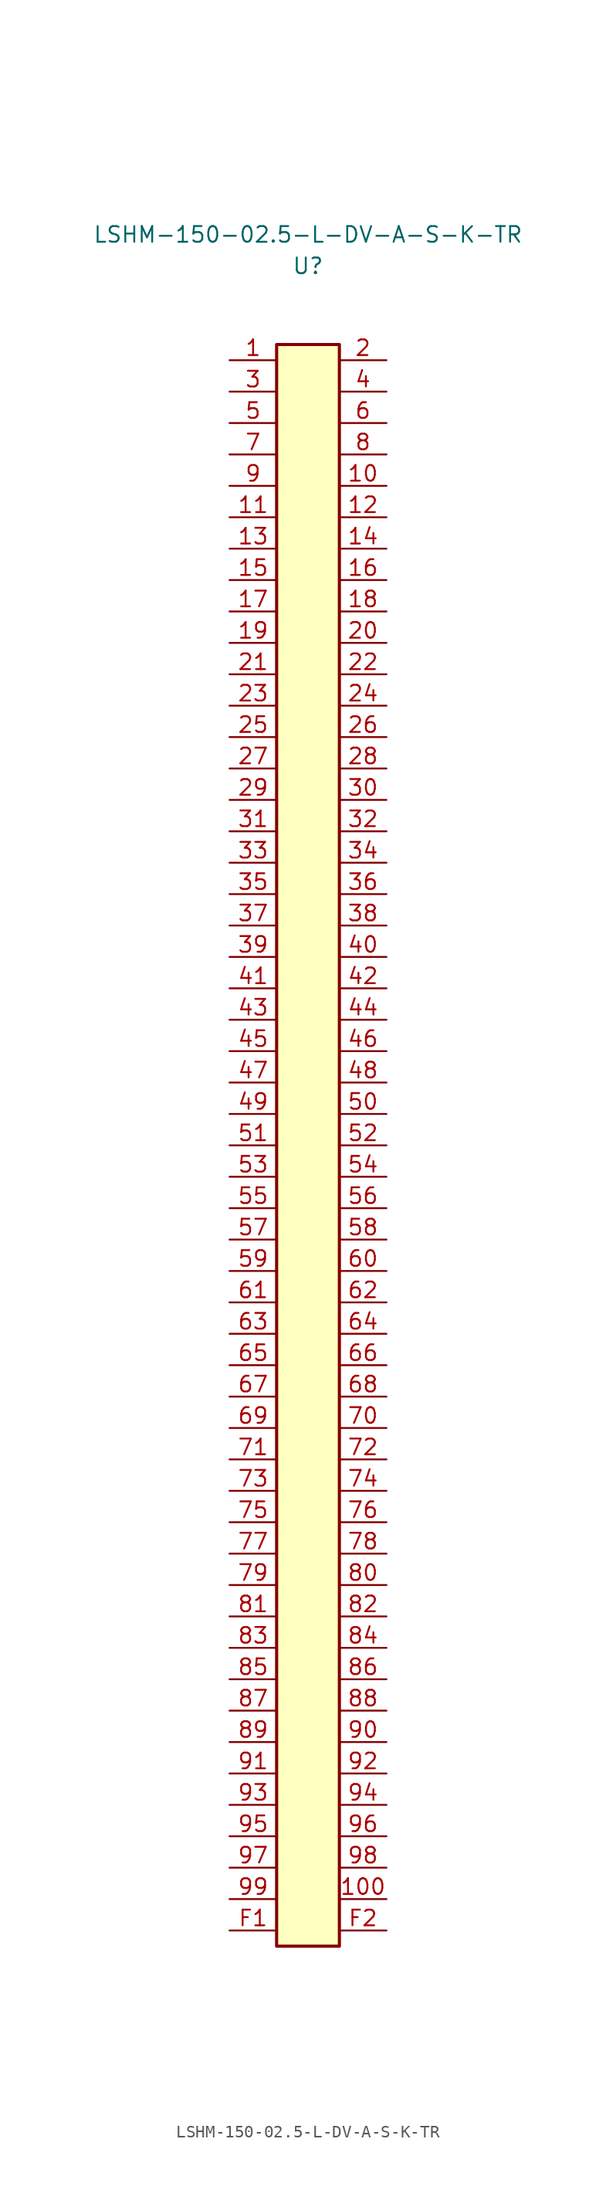
<source format=kicad_sym>
(kicad_symbol_lib
  (version 20220914)
  (generator kicad_symbol_editor)
  (symbol "LSHM-150-02.5-L-DV-A-S-K-TR"
    (pin_names
      (offset 1.016) hide)
    (property "Reference" "U"
      (at 0 50.8 0)
      (effects (font (size 1.27 1.27))))
    (property "Value" "LSHM-150-02.5-L-DV-A-S-K-TR"
      (at 0 53.34 0)
      (effects (font (size 1.27 1.27))))
    (symbol "LSHM-150-02.5-L-DV-A-S-K-TR_1_1"
      (rectangle (start -2.54 44.45) (end 2.54 -85.09) (stroke (width 0.254) (type solid)) (fill (type background)))
      (pin passive line (at -6.35 43.18 0) (length 3.81) (name "Pin_1" (effects (font (size 1.27 1.27)))) (number "1" (effects (font (size 1.27 1.27)))))
      (pin passive line (at 6.35 33.02 180) (length 3.81) (name "Pin_10" (effects (font (size 1.27 1.27)))) (number "10" (effects (font (size 1.27 1.27)))))
      (pin passive line (at 6.35 -81.28 180) (length 3.81) (name "Pin_100" (effects (font (size 1.27 1.27)))) (number "100" (effects (font (size 1.27 1.27)))))
      (pin passive line (at -6.35 30.48 0) (length 3.81) (name "Pin_11" (effects (font (size 1.27 1.27)))) (number "11" (effects (font (size 1.27 1.27)))))
      (pin passive line (at 6.35 30.48 180) (length 3.81) (name "Pin_12" (effects (font (size 1.27 1.27)))) (number "12" (effects (font (size 1.27 1.27)))))
      (pin passive line (at -6.35 27.94 0) (length 3.81) (name "Pin_13" (effects (font (size 1.27 1.27)))) (number "13" (effects (font (size 1.27 1.27)))))
      (pin passive line (at 6.35 27.94 180) (length 3.81) (name "Pin_14" (effects (font (size 1.27 1.27)))) (number "14" (effects (font (size 1.27 1.27)))))
      (pin passive line (at -6.35 25.4 0) (length 3.81) (name "Pin_15" (effects (font (size 1.27 1.27)))) (number "15" (effects (font (size 1.27 1.27)))))
      (pin passive line (at 6.35 25.4 180) (length 3.81) (name "Pin_16" (effects (font (size 1.27 1.27)))) (number "16" (effects (font (size 1.27 1.27)))))
      (pin passive line (at -6.35 22.86 0) (length 3.81) (name "Pin_17" (effects (font (size 1.27 1.27)))) (number "17" (effects (font (size 1.27 1.27)))))
      (pin passive line (at 6.35 22.86 180) (length 3.81) (name "Pin_18" (effects (font (size 1.27 1.27)))) (number "18" (effects (font (size 1.27 1.27)))))
      (pin passive line (at -6.35 20.32 0) (length 3.81) (name "Pin_19" (effects (font (size 1.27 1.27)))) (number "19" (effects (font (size 1.27 1.27)))))
      (pin passive line (at 6.35 43.18 180) (length 3.81) (name "Pin_2" (effects (font (size 1.27 1.27)))) (number "2" (effects (font (size 1.27 1.27)))))
      (pin passive line (at 6.35 20.32 180) (length 3.81) (name "Pin_20" (effects (font (size 1.27 1.27)))) (number "20" (effects (font (size 1.27 1.27)))))
      (pin passive line (at -6.35 17.78 0) (length 3.81) (name "Pin_21" (effects (font (size 1.27 1.27)))) (number "21" (effects (font (size 1.27 1.27)))))
      (pin passive line (at 6.35 17.78 180) (length 3.81) (name "Pin_22" (effects (font (size 1.27 1.27)))) (number "22" (effects (font (size 1.27 1.27)))))
      (pin passive line (at -6.35 15.24 0) (length 3.81) (name "Pin_23" (effects (font (size 1.27 1.27)))) (number "23" (effects (font (size 1.27 1.27)))))
      (pin passive line (at 6.35 15.24 180) (length 3.81) (name "Pin_24" (effects (font (size 1.27 1.27)))) (number "24" (effects (font (size 1.27 1.27)))))
      (pin passive line (at -6.35 12.7 0) (length 3.81) (name "Pin_25" (effects (font (size 1.27 1.27)))) (number "25" (effects (font (size 1.27 1.27)))))
      (pin passive line (at 6.35 12.7 180) (length 3.81) (name "Pin_26" (effects (font (size 1.27 1.27)))) (number "26" (effects (font (size 1.27 1.27)))))
      (pin passive line (at -6.35 10.16 0) (length 3.81) (name "Pin_27" (effects (font (size 1.27 1.27)))) (number "27" (effects (font (size 1.27 1.27)))))
      (pin passive line (at 6.35 10.16 180) (length 3.81) (name "Pin_28" (effects (font (size 1.27 1.27)))) (number "28" (effects (font (size 1.27 1.27)))))
      (pin passive line (at -6.35 7.62 0) (length 3.81) (name "Pin_29" (effects (font (size 1.27 1.27)))) (number "29" (effects (font (size 1.27 1.27)))))
      (pin passive line (at -6.35 40.64 0) (length 3.81) (name "Pin_3" (effects (font (size 1.27 1.27)))) (number "3" (effects (font (size 1.27 1.27)))))
      (pin passive line (at 6.35 7.62 180) (length 3.81) (name "Pin_30" (effects (font (size 1.27 1.27)))) (number "30" (effects (font (size 1.27 1.27)))))
      (pin passive line (at -6.35 5.08 0) (length 3.81) (name "Pin_31" (effects (font (size 1.27 1.27)))) (number "31" (effects (font (size 1.27 1.27)))))
      (pin passive line (at 6.35 5.08 180) (length 3.81) (name "Pin_32" (effects (font (size 1.27 1.27)))) (number "32" (effects (font (size 1.27 1.27)))))
      (pin passive line (at -6.35 2.54 0) (length 3.81) (name "Pin_33" (effects (font (size 1.27 1.27)))) (number "33" (effects (font (size 1.27 1.27)))))
      (pin passive line (at 6.35 2.54 180) (length 3.81) (name "Pin_34" (effects (font (size 1.27 1.27)))) (number "34" (effects (font (size 1.27 1.27)))))
      (pin passive line (at -6.35 0 0) (length 3.81) (name "Pin_35" (effects (font (size 1.27 1.27)))) (number "35" (effects (font (size 1.27 1.27)))))
      (pin passive line (at 6.35 0 180) (length 3.81) (name "Pin_36" (effects (font (size 1.27 1.27)))) (number "36" (effects (font (size 1.27 1.27)))))
      (pin passive line (at -6.35 -2.54 0) (length 3.81) (name "Pin_37" (effects (font (size 1.27 1.27)))) (number "37" (effects (font (size 1.27 1.27)))))
      (pin passive line (at 6.35 -2.54 180) (length 3.81) (name "Pin_38" (effects (font (size 1.27 1.27)))) (number "38" (effects (font (size 1.27 1.27)))))
      (pin passive line (at -6.35 -5.08 0) (length 3.81) (name "Pin_39" (effects (font (size 1.27 1.27)))) (number "39" (effects (font (size 1.27 1.27)))))
      (pin passive line (at 6.35 40.64 180) (length 3.81) (name "Pin_4" (effects (font (size 1.27 1.27)))) (number "4" (effects (font (size 1.27 1.27)))))
      (pin passive line (at 6.35 -5.08 180) (length 3.81) (name "Pin_40" (effects (font (size 1.27 1.27)))) (number "40" (effects (font (size 1.27 1.27)))))
      (pin passive line (at -6.35 -7.62 0) (length 3.81) (name "Pin_41" (effects (font (size 1.27 1.27)))) (number "41" (effects (font (size 1.27 1.27)))))
      (pin passive line (at 6.35 -7.62 180) (length 3.81) (name "Pin_42" (effects (font (size 1.27 1.27)))) (number "42" (effects (font (size 1.27 1.27)))))
      (pin passive line (at -6.35 -10.16 0) (length 3.81) (name "Pin_43" (effects (font (size 1.27 1.27)))) (number "43" (effects (font (size 1.27 1.27)))))
      (pin passive line (at 6.35 -10.16 180) (length 3.81) (name "Pin_44" (effects (font (size 1.27 1.27)))) (number "44" (effects (font (size 1.27 1.27)))))
      (pin passive line (at -6.35 -12.7 0) (length 3.81) (name "Pin_45" (effects (font (size 1.27 1.27)))) (number "45" (effects (font (size 1.27 1.27)))))
      (pin passive line (at 6.35 -12.7 180) (length 3.81) (name "Pin_46" (effects (font (size 1.27 1.27)))) (number "46" (effects (font (size 1.27 1.27)))))
      (pin passive line (at -6.35 -15.24 0) (length 3.81) (name "Pin_47" (effects (font (size 1.27 1.27)))) (number "47" (effects (font (size 1.27 1.27)))))
      (pin passive line (at 6.35 -15.24 180) (length 3.81) (name "Pin_48" (effects (font (size 1.27 1.27)))) (number "48" (effects (font (size 1.27 1.27)))))
      (pin passive line (at -6.35 -17.78 0) (length 3.81) (name "Pin_49" (effects (font (size 1.27 1.27)))) (number "49" (effects (font (size 1.27 1.27)))))
      (pin passive line (at -6.35 38.1 0) (length 3.81) (name "Pin_5" (effects (font (size 1.27 1.27)))) (number "5" (effects (font (size 1.27 1.27)))))
      (pin passive line (at 6.35 -17.78 180) (length 3.81) (name "Pin_50" (effects (font (size 1.27 1.27)))) (number "50" (effects (font (size 1.27 1.27)))))
      (pin passive line (at -6.35 -20.32 0) (length 3.81) (name "Pin_51" (effects (font (size 1.27 1.27)))) (number "51" (effects (font (size 1.27 1.27)))))
      (pin passive line (at 6.35 -20.32 180) (length 3.81) (name "Pin_52" (effects (font (size 1.27 1.27)))) (number "52" (effects (font (size 1.27 1.27)))))
      (pin passive line (at -6.35 -22.86 0) (length 3.81) (name "Pin_53" (effects (font (size 1.27 1.27)))) (number "53" (effects (font (size 1.27 1.27)))))
      (pin passive line (at 6.35 -22.86 180) (length 3.81) (name "Pin_54" (effects (font (size 1.27 1.27)))) (number "54" (effects (font (size 1.27 1.27)))))
      (pin passive line (at -6.35 -25.4 0) (length 3.81) (name "Pin_55" (effects (font (size 1.27 1.27)))) (number "55" (effects (font (size 1.27 1.27)))))
      (pin passive line (at 6.35 -25.4 180) (length 3.81) (name "Pin_56" (effects (font (size 1.27 1.27)))) (number "56" (effects (font (size 1.27 1.27)))))
      (pin passive line (at -6.35 -27.94 0) (length 3.81) (name "Pin_57" (effects (font (size 1.27 1.27)))) (number "57" (effects (font (size 1.27 1.27)))))
      (pin passive line (at 6.35 -27.94 180) (length 3.81) (name "Pin_58" (effects (font (size 1.27 1.27)))) (number "58" (effects (font (size 1.27 1.27)))))
      (pin passive line (at -6.35 -30.48 0) (length 3.81) (name "Pin_59" (effects (font (size 1.27 1.27)))) (number "59" (effects (font (size 1.27 1.27)))))
      (pin passive line (at 6.35 38.1 180) (length 3.81) (name "Pin_6" (effects (font (size 1.27 1.27)))) (number "6" (effects (font (size 1.27 1.27)))))
      (pin passive line (at 6.35 -30.48 180) (length 3.81) (name "Pin_60" (effects (font (size 1.27 1.27)))) (number "60" (effects (font (size 1.27 1.27)))))
      (pin passive line (at -6.35 -33.02 0) (length 3.81) (name "Pin_61" (effects (font (size 1.27 1.27)))) (number "61" (effects (font (size 1.27 1.27)))))
      (pin passive line (at 6.35 -33.02 180) (length 3.81) (name "Pin_62" (effects (font (size 1.27 1.27)))) (number "62" (effects (font (size 1.27 1.27)))))
      (pin passive line (at -6.35 -35.56 0) (length 3.81) (name "Pin_63" (effects (font (size 1.27 1.27)))) (number "63" (effects (font (size 1.27 1.27)))))
      (pin passive line (at 6.35 -35.56 180) (length 3.81) (name "Pin_64" (effects (font (size 1.27 1.27)))) (number "64" (effects (font (size 1.27 1.27)))))
      (pin passive line (at -6.35 -38.1 0) (length 3.81) (name "Pin_65" (effects (font (size 1.27 1.27)))) (number "65" (effects (font (size 1.27 1.27)))))
      (pin passive line (at 6.35 -38.1 180) (length 3.81) (name "Pin_66" (effects (font (size 1.27 1.27)))) (number "66" (effects (font (size 1.27 1.27)))))
      (pin passive line (at -6.35 -40.64 0) (length 3.81) (name "Pin_67" (effects (font (size 1.27 1.27)))) (number "67" (effects (font (size 1.27 1.27)))))
      (pin passive line (at 6.35 -40.64 180) (length 3.81) (name "Pin_68" (effects (font (size 1.27 1.27)))) (number "68" (effects (font (size 1.27 1.27)))))
      (pin passive line (at -6.35 -43.18 0) (length 3.81) (name "Pin_69" (effects (font (size 1.27 1.27)))) (number "69" (effects (font (size 1.27 1.27)))))
      (pin passive line (at -6.35 35.56 0) (length 3.81) (name "Pin_7" (effects (font (size 1.27 1.27)))) (number "7" (effects (font (size 1.27 1.27)))))
      (pin passive line (at 6.35 -43.18 180) (length 3.81) (name "Pin_70" (effects (font (size 1.27 1.27)))) (number "70" (effects (font (size 1.27 1.27)))))
      (pin passive line (at -6.35 -45.72 0) (length 3.81) (name "Pin_71" (effects (font (size 1.27 1.27)))) (number "71" (effects (font (size 1.27 1.27)))))
      (pin passive line (at 6.35 -45.72 180) (length 3.81) (name "Pin_72" (effects (font (size 1.27 1.27)))) (number "72" (effects (font (size 1.27 1.27)))))
      (pin passive line (at -6.35 -48.26 0) (length 3.81) (name "Pin_73" (effects (font (size 1.27 1.27)))) (number "73" (effects (font (size 1.27 1.27)))))
      (pin passive line (at 6.35 -48.26 180) (length 3.81) (name "Pin_74" (effects (font (size 1.27 1.27)))) (number "74" (effects (font (size 1.27 1.27)))))
      (pin passive line (at -6.35 -50.8 0) (length 3.81) (name "Pin_75" (effects (font (size 1.27 1.27)))) (number "75" (effects (font (size 1.27 1.27)))))
      (pin passive line (at 6.35 -50.8 180) (length 3.81) (name "Pin_76" (effects (font (size 1.27 1.27)))) (number "76" (effects (font (size 1.27 1.27)))))
      (pin passive line (at -6.35 -53.34 0) (length 3.81) (name "Pin_77" (effects (font (size 1.27 1.27)))) (number "77" (effects (font (size 1.27 1.27)))))
      (pin passive line (at 6.35 -53.34 180) (length 3.81) (name "Pin_78" (effects (font (size 1.27 1.27)))) (number "78" (effects (font (size 1.27 1.27)))))
      (pin passive line (at -6.35 -55.88 0) (length 3.81) (name "Pin_79" (effects (font (size 1.27 1.27)))) (number "79" (effects (font (size 1.27 1.27)))))
      (pin passive line (at 6.35 35.56 180) (length 3.81) (name "Pin_8" (effects (font (size 1.27 1.27)))) (number "8" (effects (font (size 1.27 1.27)))))
      (pin passive line (at 6.35 -55.88 180) (length 3.81) (name "Pin_80" (effects (font (size 1.27 1.27)))) (number "80" (effects (font (size 1.27 1.27)))))
      (pin passive line (at -6.35 -58.42 0) (length 3.81) (name "Pin_81" (effects (font (size 1.27 1.27)))) (number "81" (effects (font (size 1.27 1.27)))))
      (pin passive line (at 6.35 -58.42 180) (length 3.81) (name "Pin_82" (effects (font (size 1.27 1.27)))) (number "82" (effects (font (size 1.27 1.27)))))
      (pin passive line (at -6.35 -60.96 0) (length 3.81) (name "Pin_83" (effects (font (size 1.27 1.27)))) (number "83" (effects (font (size 1.27 1.27)))))
      (pin passive line (at 6.35 -60.96 180) (length 3.81) (name "Pin_84" (effects (font (size 1.27 1.27)))) (number "84" (effects (font (size 1.27 1.27)))))
      (pin passive line (at -6.35 -63.5 0) (length 3.81) (name "Pin_85" (effects (font (size 1.27 1.27)))) (number "85" (effects (font (size 1.27 1.27)))))
      (pin passive line (at 6.35 -63.5 180) (length 3.81) (name "Pin_86" (effects (font (size 1.27 1.27)))) (number "86" (effects (font (size 1.27 1.27)))))
      (pin passive line (at -6.35 -66.04 0) (length 3.81) (name "Pin_87" (effects (font (size 1.27 1.27)))) (number "87" (effects (font (size 1.27 1.27)))))
      (pin passive line (at 6.35 -66.04 180) (length 3.81) (name "Pin_88" (effects (font (size 1.27 1.27)))) (number "88" (effects (font (size 1.27 1.27)))))
      (pin passive line (at -6.35 -68.58 0) (length 3.81) (name "Pin_89" (effects (font (size 1.27 1.27)))) (number "89" (effects (font (size 1.27 1.27)))))
      (pin passive line (at -6.35 33.02 0) (length 3.81) (name "Pin_9" (effects (font (size 1.27 1.27)))) (number "9" (effects (font (size 1.27 1.27)))))
      (pin passive line (at 6.35 -68.58 180) (length 3.81) (name "Pin_90" (effects (font (size 1.27 1.27)))) (number "90" (effects (font (size 1.27 1.27)))))
      (pin passive line (at -6.35 -71.12 0) (length 3.81) (name "Pin_91" (effects (font (size 1.27 1.27)))) (number "91" (effects (font (size 1.27 1.27)))))
      (pin passive line (at 6.35 -71.12 180) (length 3.81) (name "Pin_92" (effects (font (size 1.27 1.27)))) (number "92" (effects (font (size 1.27 1.27)))))
      (pin passive line (at -6.35 -73.66 0) (length 3.81) (name "Pin_93" (effects (font (size 1.27 1.27)))) (number "93" (effects (font (size 1.27 1.27)))))
      (pin passive line (at 6.35 -73.66 180) (length 3.81) (name "Pin_94" (effects (font (size 1.27 1.27)))) (number "94" (effects (font (size 1.27 1.27)))))
      (pin passive line (at -6.35 -76.2 0) (length 3.81) (name "Pin_95" (effects (font (size 1.27 1.27)))) (number "95" (effects (font (size 1.27 1.27)))))
      (pin passive line (at 6.35 -76.2 180) (length 3.81) (name "Pin_96" (effects (font (size 1.27 1.27)))) (number "96" (effects (font (size 1.27 1.27)))))
      (pin passive line (at -6.35 -78.74 0) (length 3.81) (name "Pin_97" (effects (font (size 1.27 1.27)))) (number "97" (effects (font (size 1.27 1.27)))))
      (pin passive line (at 6.35 -78.74 180) (length 3.81) (name "Pin_98" (effects (font (size 1.27 1.27)))) (number "98" (effects (font (size 1.27 1.27)))))
      (pin passive line (at -6.35 -81.28 0) (length 3.81) (name "Pin_99" (effects (font (size 1.27 1.27)))) (number "99" (effects (font (size 1.27 1.27)))))
      (pin power_in line (at -6.35 -83.82 0) (length 3.81) (name "F1" (effects (font (size 1.27 1.27)))) (number "F1" (effects (font (size 1.27 1.27)))))
      (pin power_in line (at 6.35 -83.82 180) (length 3.81) (name "F2" (effects (font (size 1.27 1.27)))) (number "F2" (effects (font (size 1.27 1.27))))))))
</source>
